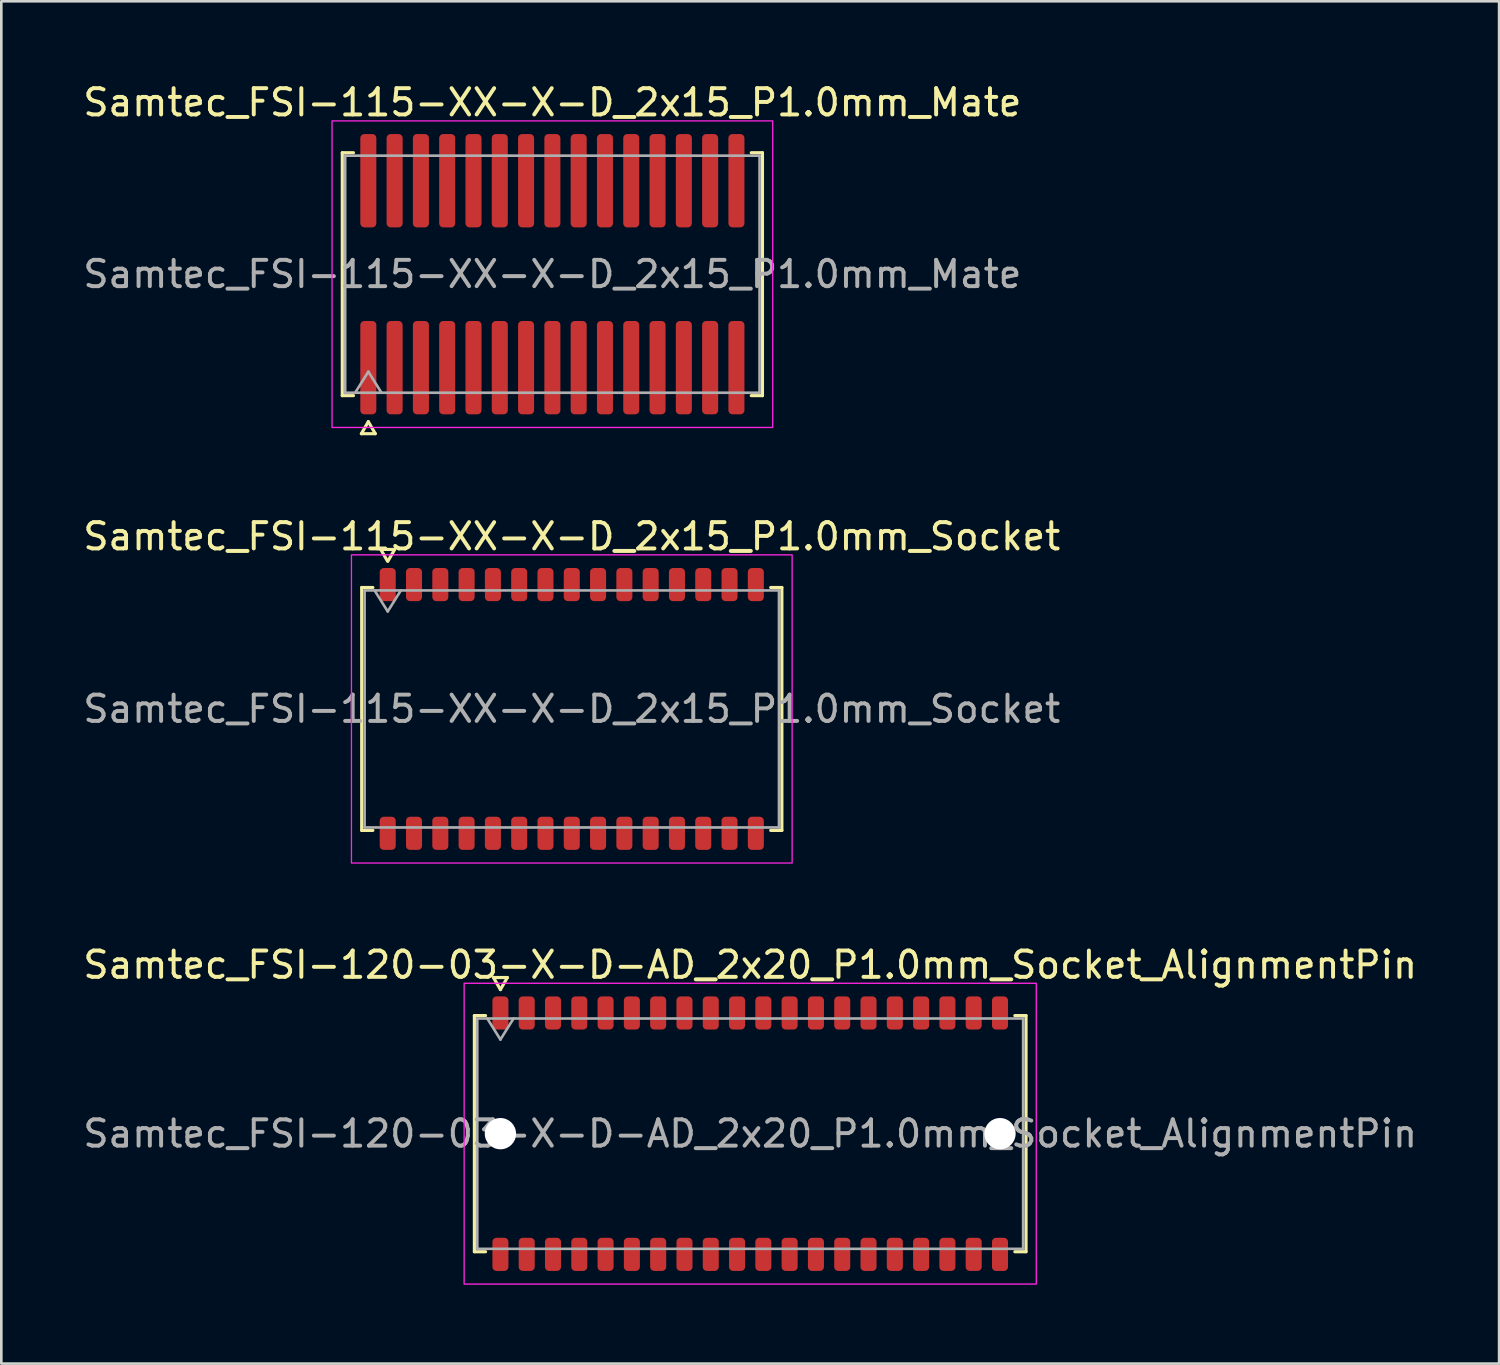
<source format=kicad_pcb>
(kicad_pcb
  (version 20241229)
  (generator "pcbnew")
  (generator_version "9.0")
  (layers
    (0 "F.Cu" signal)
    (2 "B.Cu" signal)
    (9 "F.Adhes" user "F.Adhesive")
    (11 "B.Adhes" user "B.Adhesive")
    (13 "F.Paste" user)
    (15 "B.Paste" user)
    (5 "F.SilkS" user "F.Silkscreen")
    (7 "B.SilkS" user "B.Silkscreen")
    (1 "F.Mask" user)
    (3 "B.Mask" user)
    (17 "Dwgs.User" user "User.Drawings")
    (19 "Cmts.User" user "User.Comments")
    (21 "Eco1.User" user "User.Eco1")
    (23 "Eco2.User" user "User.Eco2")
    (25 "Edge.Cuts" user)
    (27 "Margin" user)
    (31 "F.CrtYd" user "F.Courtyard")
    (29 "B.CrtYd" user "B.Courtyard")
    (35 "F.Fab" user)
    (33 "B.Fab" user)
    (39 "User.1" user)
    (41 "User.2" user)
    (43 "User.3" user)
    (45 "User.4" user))
  (footprint "Samtec_FSI-115-XX-X-D_2x15_P1.0mm_Socket"
    (layer "F.Cu")
    (at 18.696 23.913)
    (property "Reference" "Samtec_FSI-115-XX-X-D_2x15_P1.0mm_Socket" (at 0 -6.56 0) (layer "F.SilkS") (effects (font (size 1 1) (thickness 0.15))))
    (attr smd)
    (fp_line (start -7.99 -4.619) (end -7.565 -4.619) (stroke (width 0.12) (type solid)) (layer "F.SilkS"))
    (fp_line (start -7.99 4.619) (end -7.99 -4.619) (stroke (width 0.12) (type solid)) (layer "F.SilkS"))
    (fp_line (start -7.565 4.619) (end -7.99 4.619) (stroke (width 0.12) (type solid)) (layer "F.SilkS"))
    (fp_line (start -7.264 -6.066) (end -7.007 -5.62) (stroke (width 0.12) (type solid)) (layer "F.SilkS"))
    (fp_line (start -6.993 -5.62) (end -6.736 -6.066) (stroke (width 0.12) (type solid)) (layer "F.SilkS"))
    (fp_line (start -6.736 -6.066) (end -7.264 -6.066) (stroke (width 0.12) (type solid)) (layer "F.SilkS"))
    (fp_line (start 7.565 -4.619) (end 7.99 -4.619) (stroke (width 0.12) (type solid)) (layer "F.SilkS"))
    (fp_line (start 7.99 -4.619) (end 7.99 4.619) (stroke (width 0.12) (type solid)) (layer "F.SilkS"))
    (fp_line (start 7.99 4.619) (end 7.565 4.619) (stroke (width 0.12) (type solid)) (layer "F.SilkS"))
    (fp_rect (start -8.38 -5.86) (end 8.38 5.86) (stroke (width 0.05) (type solid)) (fill no) (layer "F.CrtYd"))
    (fp_line (start -7.88 -4.508) (end 7.88 -4.508) (stroke (width 0.1) (type solid)) (layer "F.Fab"))
    (fp_line (start -7.88 4.508) (end -7.88 -4.508) (stroke (width 0.1) (type solid)) (layer "F.Fab"))
    (fp_line (start -7.5 -4.508) (end -7 -3.708) (stroke (width 0.1) (type solid)) (layer "F.Fab"))
    (fp_line (start -7 -3.708) (end -6.5 -4.508) (stroke (width 0.1) (type solid)) (layer "F.Fab"))
    (fp_line (start 7.88 -4.508) (end 7.88 4.508) (stroke (width 0.1) (type solid)) (layer "F.Fab"))
    (fp_line (start 7.88 4.508) (end -7.88 4.508) (stroke (width 0.1) (type solid)) (layer "F.Fab"))
    (fp_text user "${REFERENCE}" (at 0 0 0) (layer "F.Fab") (effects (font (size 1 1) (thickness 0.15))))
    (pad "1" smd roundrect (at -7 -4.73) (size 0.61 1.26) (layers "F.Cu" "F.Mask" "F.Paste") (roundrect_rratio 0.25))
    (pad "2" smd roundrect (at -7 4.73) (size 0.61 1.26) (layers "F.Cu" "F.Mask" "F.Paste") (roundrect_rratio 0.25))
    (pad "3" smd roundrect (at -6 -4.73) (size 0.61 1.26) (layers "F.Cu" "F.Mask" "F.Paste") (roundrect_rratio 0.25))
    (pad "4" smd roundrect (at -6 4.73) (size 0.61 1.26) (layers "F.Cu" "F.Mask" "F.Paste") (roundrect_rratio 0.25))
    (pad "5" smd roundrect (at -5 -4.73) (size 0.61 1.26) (layers "F.Cu" "F.Mask" "F.Paste") (roundrect_rratio 0.25))
    (pad "6" smd roundrect (at -5 4.73) (size 0.61 1.26) (layers "F.Cu" "F.Mask" "F.Paste") (roundrect_rratio 0.25))
    (pad "7" smd roundrect (at -4 -4.73) (size 0.61 1.26) (layers "F.Cu" "F.Mask" "F.Paste") (roundrect_rratio 0.25))
    (pad "8" smd roundrect (at -4 4.73) (size 0.61 1.26) (layers "F.Cu" "F.Mask" "F.Paste") (roundrect_rratio 0.25))
    (pad "9" smd roundrect (at -3 -4.73) (size 0.61 1.26) (layers "F.Cu" "F.Mask" "F.Paste") (roundrect_rratio 0.25))
    (pad "10" smd roundrect (at -3 4.73) (size 0.61 1.26) (layers "F.Cu" "F.Mask" "F.Paste") (roundrect_rratio 0.25))
    (pad "11" smd roundrect (at -2 -4.73) (size 0.61 1.26) (layers "F.Cu" "F.Mask" "F.Paste") (roundrect_rratio 0.25))
    (pad "12" smd roundrect (at -2 4.73) (size 0.61 1.26) (layers "F.Cu" "F.Mask" "F.Paste") (roundrect_rratio 0.25))
    (pad "13" smd roundrect (at -1 -4.73) (size 0.61 1.26) (layers "F.Cu" "F.Mask" "F.Paste") (roundrect_rratio 0.25))
    (pad "14" smd roundrect (at -1 4.73) (size 0.61 1.26) (layers "F.Cu" "F.Mask" "F.Paste") (roundrect_rratio 0.25))
    (pad "15" smd roundrect (at 0 -4.73) (size 0.61 1.26) (layers "F.Cu" "F.Mask" "F.Paste") (roundrect_rratio 0.25))
    (pad "16" smd roundrect (at 0 4.73) (size 0.61 1.26) (layers "F.Cu" "F.Mask" "F.Paste") (roundrect_rratio 0.25))
    (pad "17" smd roundrect (at 1 -4.73) (size 0.61 1.26) (layers "F.Cu" "F.Mask" "F.Paste") (roundrect_rratio 0.25))
    (pad "18" smd roundrect (at 1 4.73) (size 0.61 1.26) (layers "F.Cu" "F.Mask" "F.Paste") (roundrect_rratio 0.25))
    (pad "19" smd roundrect (at 2 -4.73) (size 0.61 1.26) (layers "F.Cu" "F.Mask" "F.Paste") (roundrect_rratio 0.25))
    (pad "20" smd roundrect (at 2 4.73) (size 0.61 1.26) (layers "F.Cu" "F.Mask" "F.Paste") (roundrect_rratio 0.25))
    (pad "21" smd roundrect (at 3 -4.73) (size 0.61 1.26) (layers "F.Cu" "F.Mask" "F.Paste") (roundrect_rratio 0.25))
    (pad "22" smd roundrect (at 3 4.73) (size 0.61 1.26) (layers "F.Cu" "F.Mask" "F.Paste") (roundrect_rratio 0.25))
    (pad "23" smd roundrect (at 4 -4.73) (size 0.61 1.26) (layers "F.Cu" "F.Mask" "F.Paste") (roundrect_rratio 0.25))
    (pad "24" smd roundrect (at 4 4.73) (size 0.61 1.26) (layers "F.Cu" "F.Mask" "F.Paste") (roundrect_rratio 0.25))
    (pad "25" smd roundrect (at 5 -4.73) (size 0.61 1.26) (layers "F.Cu" "F.Mask" "F.Paste") (roundrect_rratio 0.25))
    (pad "26" smd roundrect (at 5 4.73) (size 0.61 1.26) (layers "F.Cu" "F.Mask" "F.Paste") (roundrect_rratio 0.25))
    (pad "27" smd roundrect (at 6 -4.73) (size 0.61 1.26) (layers "F.Cu" "F.Mask" "F.Paste") (roundrect_rratio 0.25))
    (pad "28" smd roundrect (at 6 4.73) (size 0.61 1.26) (layers "F.Cu" "F.Mask" "F.Paste") (roundrect_rratio 0.25))
    (pad "29" smd roundrect (at 7 -4.73) (size 0.61 1.26) (layers "F.Cu" "F.Mask" "F.Paste") (roundrect_rratio 0.25))
    (pad "30" smd roundrect (at 7 4.73) (size 0.61 1.26) (layers "F.Cu" "F.Mask" "F.Paste") (roundrect_rratio 0.25)))
  (footprint "Samtec_FSI-120-03-X-D-AD_2x20_P1.0mm_Socket_AlignmentPin"
    (layer "F.Cu")
    (at 25.482 40.066)
    (property "Reference" "Samtec_FSI-120-03-X-D-AD_2x20_P1.0mm_Socket_AlignmentPin" (at 0 -6.42 0) (layer "F.SilkS") (effects (font (size 1 1) (thickness 0.15))))
    (attr smd)
    (fp_line (start -10.49 -4.49) (end -10.065 -4.49) (stroke (width 0.12) (type solid)) (layer "F.SilkS"))
    (fp_line (start -10.49 4.49) (end -10.49 -4.49) (stroke (width 0.12) (type solid)) (layer "F.SilkS"))
    (fp_line (start -10.065 4.49) (end -10.49 4.49) (stroke (width 0.12) (type solid)) (layer "F.SilkS"))
    (fp_line (start -9.764 -5.938) (end -9.5 -5.48) (stroke (width 0.12) (type solid)) (layer "F.SilkS"))
    (fp_line (start -9.5 -5.48) (end -9.236 -5.938) (stroke (width 0.12) (type solid)) (layer "F.SilkS"))
    (fp_line (start -9.236 -5.938) (end -9.764 -5.938) (stroke (width 0.12) (type solid)) (layer "F.SilkS"))
    (fp_line (start 10.065 -4.49) (end 10.49 -4.49) (stroke (width 0.12) (type solid)) (layer "F.SilkS"))
    (fp_line (start 10.49 -4.49) (end 10.49 4.49) (stroke (width 0.12) (type solid)) (layer "F.SilkS"))
    (fp_line (start 10.49 4.49) (end 10.065 4.49) (stroke (width 0.12) (type solid)) (layer "F.SilkS"))
    (fp_rect (start -10.88 -5.72) (end 10.88 5.72) (stroke (width 0.05) (type solid)) (fill no) (layer "F.CrtYd"))
    (fp_line (start -10.38 -4.38) (end 10.38 -4.38) (stroke (width 0.1) (type solid)) (layer "F.Fab"))
    (fp_line (start -10.38 4.38) (end -10.38 -4.38) (stroke (width 0.1) (type solid)) (layer "F.Fab"))
    (fp_line (start -10 -4.38) (end -9.5 -3.58) (stroke (width 0.1) (type solid)) (layer "F.Fab"))
    (fp_line (start -9.5 -3.58) (end -9 -4.38) (stroke (width 0.1) (type solid)) (layer "F.Fab"))
    (fp_line (start 10.38 -4.38) (end 10.38 4.38) (stroke (width 0.1) (type solid)) (layer "F.Fab"))
    (fp_line (start 10.38 4.38) (end -10.38 4.38) (stroke (width 0.1) (type solid)) (layer "F.Fab"))
    (fp_text user "${REFERENCE}" (at 0 0 0) (layer "F.Fab") (effects (font (size 1 1) (thickness 0.15))))
    (pad "" np_thru_hole circle (at -9.5 0) (size 1.19 1.19) (drill 1.19) (layers "*.Cu" "*.Mask"))
    (pad "" np_thru_hole circle (at 9.5 0) (size 1.19 1.19) (drill 1.19) (layers "*.Cu" "*.Mask"))
    (pad "1" smd roundrect (at -9.5 -4.59) (size 0.61 1.26) (layers "F.Cu" "F.Mask" "F.Paste") (roundrect_rratio 0.25))
    (pad "2" smd roundrect (at -9.5 4.59) (size 0.61 1.26) (layers "F.Cu" "F.Mask" "F.Paste") (roundrect_rratio 0.25))
    (pad "3" smd roundrect (at -8.5 -4.59) (size 0.61 1.26) (layers "F.Cu" "F.Mask" "F.Paste") (roundrect_rratio 0.25))
    (pad "4" smd roundrect (at -8.5 4.59) (size 0.61 1.26) (layers "F.Cu" "F.Mask" "F.Paste") (roundrect_rratio 0.25))
    (pad "5" smd roundrect (at -7.5 -4.59) (size 0.61 1.26) (layers "F.Cu" "F.Mask" "F.Paste") (roundrect_rratio 0.25))
    (pad "6" smd roundrect (at -7.5 4.59) (size 0.61 1.26) (layers "F.Cu" "F.Mask" "F.Paste") (roundrect_rratio 0.25))
    (pad "7" smd roundrect (at -6.5 -4.59) (size 0.61 1.26) (layers "F.Cu" "F.Mask" "F.Paste") (roundrect_rratio 0.25))
    (pad "8" smd roundrect (at -6.5 4.59) (size 0.61 1.26) (layers "F.Cu" "F.Mask" "F.Paste") (roundrect_rratio 0.25))
    (pad "9" smd roundrect (at -5.5 -4.59) (size 0.61 1.26) (layers "F.Cu" "F.Mask" "F.Paste") (roundrect_rratio 0.25))
    (pad "10" smd roundrect (at -5.5 4.59) (size 0.61 1.26) (layers "F.Cu" "F.Mask" "F.Paste") (roundrect_rratio 0.25))
    (pad "11" smd roundrect (at -4.5 -4.59) (size 0.61 1.26) (layers "F.Cu" "F.Mask" "F.Paste") (roundrect_rratio 0.25))
    (pad "12" smd roundrect (at -4.5 4.59) (size 0.61 1.26) (layers "F.Cu" "F.Mask" "F.Paste") (roundrect_rratio 0.25))
    (pad "13" smd roundrect (at -3.5 -4.59) (size 0.61 1.26) (layers "F.Cu" "F.Mask" "F.Paste") (roundrect_rratio 0.25))
    (pad "14" smd roundrect (at -3.5 4.59) (size 0.61 1.26) (layers "F.Cu" "F.Mask" "F.Paste") (roundrect_rratio 0.25))
    (pad "15" smd roundrect (at -2.5 -4.59) (size 0.61 1.26) (layers "F.Cu" "F.Mask" "F.Paste") (roundrect_rratio 0.25))
    (pad "16" smd roundrect (at -2.5 4.59) (size 0.61 1.26) (layers "F.Cu" "F.Mask" "F.Paste") (roundrect_rratio 0.25))
    (pad "17" smd roundrect (at -1.5 -4.59) (size 0.61 1.26) (layers "F.Cu" "F.Mask" "F.Paste") (roundrect_rratio 0.25))
    (pad "18" smd roundrect (at -1.5 4.59) (size 0.61 1.26) (layers "F.Cu" "F.Mask" "F.Paste") (roundrect_rratio 0.25))
    (pad "19" smd roundrect (at -0.5 -4.59) (size 0.61 1.26) (layers "F.Cu" "F.Mask" "F.Paste") (roundrect_rratio 0.25))
    (pad "20" smd roundrect (at -0.5 4.59) (size 0.61 1.26) (layers "F.Cu" "F.Mask" "F.Paste") (roundrect_rratio 0.25))
    (pad "21" smd roundrect (at 0.5 -4.59) (size 0.61 1.26) (layers "F.Cu" "F.Mask" "F.Paste") (roundrect_rratio 0.25))
    (pad "22" smd roundrect (at 0.5 4.59) (size 0.61 1.26) (layers "F.Cu" "F.Mask" "F.Paste") (roundrect_rratio 0.25))
    (pad "23" smd roundrect (at 1.5 -4.59) (size 0.61 1.26) (layers "F.Cu" "F.Mask" "F.Paste") (roundrect_rratio 0.25))
    (pad "24" smd roundrect (at 1.5 4.59) (size 0.61 1.26) (layers "F.Cu" "F.Mask" "F.Paste") (roundrect_rratio 0.25))
    (pad "25" smd roundrect (at 2.5 -4.59) (size 0.61 1.26) (layers "F.Cu" "F.Mask" "F.Paste") (roundrect_rratio 0.25))
    (pad "26" smd roundrect (at 2.5 4.59) (size 0.61 1.26) (layers "F.Cu" "F.Mask" "F.Paste") (roundrect_rratio 0.25))
    (pad "27" smd roundrect (at 3.5 -4.59) (size 0.61 1.26) (layers "F.Cu" "F.Mask" "F.Paste") (roundrect_rratio 0.25))
    (pad "28" smd roundrect (at 3.5 4.59) (size 0.61 1.26) (layers "F.Cu" "F.Mask" "F.Paste") (roundrect_rratio 0.25))
    (pad "29" smd roundrect (at 4.5 -4.59) (size 0.61 1.26) (layers "F.Cu" "F.Mask" "F.Paste") (roundrect_rratio 0.25))
    (pad "30" smd roundrect (at 4.5 4.59) (size 0.61 1.26) (layers "F.Cu" "F.Mask" "F.Paste") (roundrect_rratio 0.25))
    (pad "31" smd roundrect (at 5.5 -4.59) (size 0.61 1.26) (layers "F.Cu" "F.Mask" "F.Paste") (roundrect_rratio 0.25))
    (pad "32" smd roundrect (at 5.5 4.59) (size 0.61 1.26) (layers "F.Cu" "F.Mask" "F.Paste") (roundrect_rratio 0.25))
    (pad "33" smd roundrect (at 6.5 -4.59) (size 0.61 1.26) (layers "F.Cu" "F.Mask" "F.Paste") (roundrect_rratio 0.25))
    (pad "34" smd roundrect (at 6.5 4.59) (size 0.61 1.26) (layers "F.Cu" "F.Mask" "F.Paste") (roundrect_rratio 0.25))
    (pad "35" smd roundrect (at 7.5 -4.59) (size 0.61 1.26) (layers "F.Cu" "F.Mask" "F.Paste") (roundrect_rratio 0.25))
    (pad "36" smd roundrect (at 7.5 4.59) (size 0.61 1.26) (layers "F.Cu" "F.Mask" "F.Paste") (roundrect_rratio 0.25))
    (pad "37" smd roundrect (at 8.5 -4.59) (size 0.61 1.26) (layers "F.Cu" "F.Mask" "F.Paste") (roundrect_rratio 0.25))
    (pad "38" smd roundrect (at 8.5 4.59) (size 0.61 1.26) (layers "F.Cu" "F.Mask" "F.Paste") (roundrect_rratio 0.25))
    (pad "39" smd roundrect (at 9.5 -4.59) (size 0.61 1.26) (layers "F.Cu" "F.Mask" "F.Paste") (roundrect_rratio 0.25))
    (pad "40" smd roundrect (at 9.5 4.59) (size 0.61 1.26) (layers "F.Cu" "F.Mask" "F.Paste") (roundrect_rratio 0.25)))
  (footprint "Samtec_FSI-115-XX-X-D_2x15_P1.0mm_Mate"
    (layer "F.Cu")
    (at 17.958 7.378)
    (property "Reference" "Samtec_FSI-115-XX-X-D_2x15_P1.0mm_Mate" (at 0 -6.53 0) (layer "F.SilkS") (effects (font (size 1 1) (thickness 0.15))))
    (attr exclude_from_pos_files exclude_from_bom)
    (fp_line (start -7.99 -4.619) (end -7.565 -4.619) (stroke (width 0.12) (type solid)) (layer "F.SilkS"))
    (fp_line (start -7.99 4.619) (end -7.99 -4.619) (stroke (width 0.12) (type solid)) (layer "F.SilkS"))
    (fp_line (start -7.565 4.619) (end -7.99 4.619) (stroke (width 0.12) (type solid)) (layer "F.SilkS"))
    (fp_line (start -7.264 6.066) (end -7 5.609) (stroke (width 0.12) (type solid)) (layer "F.SilkS"))
    (fp_line (start -7 5.609) (end -6.736 6.066) (stroke (width 0.12) (type solid)) (layer "F.SilkS"))
    (fp_line (start -6.736 6.066) (end -7.264 6.066) (stroke (width 0.12) (type solid)) (layer "F.SilkS"))
    (fp_line (start 7.565 -4.619) (end 7.99 -4.619) (stroke (width 0.12) (type solid)) (layer "F.SilkS"))
    (fp_line (start 7.99 -4.619) (end 7.99 4.619) (stroke (width 0.12) (type solid)) (layer "F.SilkS"))
    (fp_line (start 7.99 4.619) (end 7.565 4.619) (stroke (width 0.12) (type solid)) (layer "F.SilkS"))
    (fp_rect (start -8.38 -5.83) (end 8.38 5.83) (stroke (width 0.05) (type solid)) (fill no) (layer "F.CrtYd"))
    (fp_line (start -7.88 -4.508) (end 7.88 -4.508) (stroke (width 0.1) (type solid)) (layer "F.Fab"))
    (fp_line (start -7.88 4.508) (end -7.88 -4.508) (stroke (width 0.1) (type solid)) (layer "F.Fab"))
    (fp_line (start -7.5 4.508) (end -7 3.708) (stroke (width 0.1) (type solid)) (layer "F.Fab"))
    (fp_line (start -7 3.708) (end -6.5 4.508) (stroke (width 0.1) (type solid)) (layer "F.Fab"))
    (fp_line (start 7.88 -4.508) (end 7.88 4.508) (stroke (width 0.1) (type solid)) (layer "F.Fab"))
    (fp_line (start 7.88 4.508) (end -7.88 4.508) (stroke (width 0.1) (type solid)) (layer "F.Fab"))
    (fp_text user "${REFERENCE}" (at 0 0 0) (layer "F.Fab") (effects (font (size 1 1) (thickness 0.15))))
    (pad "1" smd roundrect (at -7 3.555) (size 0.61 3.55) (layers "F.Cu" "F.Mask") (roundrect_rratio 0.25))
    (pad "2" smd roundrect (at -7 -3.555) (size 0.61 3.55) (layers "F.Cu" "F.Mask") (roundrect_rratio 0.25))
    (pad "3" smd roundrect (at -6 3.555) (size 0.61 3.55) (layers "F.Cu" "F.Mask") (roundrect_rratio 0.25))
    (pad "4" smd roundrect (at -6 -3.555) (size 0.61 3.55) (layers "F.Cu" "F.Mask") (roundrect_rratio 0.25))
    (pad "5" smd roundrect (at -5 3.555) (size 0.61 3.55) (layers "F.Cu" "F.Mask") (roundrect_rratio 0.25))
    (pad "6" smd roundrect (at -5 -3.555) (size 0.61 3.55) (layers "F.Cu" "F.Mask") (roundrect_rratio 0.25))
    (pad "7" smd roundrect (at -4 3.555) (size 0.61 3.55) (layers "F.Cu" "F.Mask") (roundrect_rratio 0.25))
    (pad "8" smd roundrect (at -4 -3.555) (size 0.61 3.55) (layers "F.Cu" "F.Mask") (roundrect_rratio 0.25))
    (pad "9" smd roundrect (at -3 3.555) (size 0.61 3.55) (layers "F.Cu" "F.Mask") (roundrect_rratio 0.25))
    (pad "10" smd roundrect (at -3 -3.555) (size 0.61 3.55) (layers "F.Cu" "F.Mask") (roundrect_rratio 0.25))
    (pad "11" smd roundrect (at -2 3.555) (size 0.61 3.55) (layers "F.Cu" "F.Mask") (roundrect_rratio 0.25))
    (pad "12" smd roundrect (at -2 -3.555) (size 0.61 3.55) (layers "F.Cu" "F.Mask") (roundrect_rratio 0.25))
    (pad "13" smd roundrect (at -1 3.555) (size 0.61 3.55) (layers "F.Cu" "F.Mask") (roundrect_rratio 0.25))
    (pad "14" smd roundrect (at -1 -3.555) (size 0.61 3.55) (layers "F.Cu" "F.Mask") (roundrect_rratio 0.25))
    (pad "15" smd roundrect (at 0 3.555) (size 0.61 3.55) (layers "F.Cu" "F.Mask") (roundrect_rratio 0.25))
    (pad "16" smd roundrect (at 0 -3.555) (size 0.61 3.55) (layers "F.Cu" "F.Mask") (roundrect_rratio 0.25))
    (pad "17" smd roundrect (at 1 3.555) (size 0.61 3.55) (layers "F.Cu" "F.Mask") (roundrect_rratio 0.25))
    (pad "18" smd roundrect (at 1 -3.555) (size 0.61 3.55) (layers "F.Cu" "F.Mask") (roundrect_rratio 0.25))
    (pad "19" smd roundrect (at 2 3.555) (size 0.61 3.55) (layers "F.Cu" "F.Mask") (roundrect_rratio 0.25))
    (pad "20" smd roundrect (at 2 -3.555) (size 0.61 3.55) (layers "F.Cu" "F.Mask") (roundrect_rratio 0.25))
    (pad "21" smd roundrect (at 3 3.555) (size 0.61 3.55) (layers "F.Cu" "F.Mask") (roundrect_rratio 0.25))
    (pad "22" smd roundrect (at 3 -3.555) (size 0.61 3.55) (layers "F.Cu" "F.Mask") (roundrect_rratio 0.25))
    (pad "23" smd roundrect (at 4 3.555) (size 0.61 3.55) (layers "F.Cu" "F.Mask") (roundrect_rratio 0.25))
    (pad "24" smd roundrect (at 4 -3.555) (size 0.61 3.55) (layers "F.Cu" "F.Mask") (roundrect_rratio 0.25))
    (pad "25" smd roundrect (at 5 3.555) (size 0.61 3.55) (layers "F.Cu" "F.Mask") (roundrect_rratio 0.25))
    (pad "26" smd roundrect (at 5 -3.555) (size 0.61 3.55) (layers "F.Cu" "F.Mask") (roundrect_rratio 0.25))
    (pad "27" smd roundrect (at 6 3.555) (size 0.61 3.55) (layers "F.Cu" "F.Mask") (roundrect_rratio 0.25))
    (pad "28" smd roundrect (at 6 -3.555) (size 0.61 3.55) (layers "F.Cu" "F.Mask") (roundrect_rratio 0.25))
    (pad "29" smd roundrect (at 7 3.555) (size 0.61 3.55) (layers "F.Cu" "F.Mask") (roundrect_rratio 0.25))
    (pad "30" smd roundrect (at 7 -3.555) (size 0.61 3.55) (layers "F.Cu" "F.Mask") (roundrect_rratio 0.25)))
  (gr_rect
    (start -3 -3)
    (end 53.964 48.811)
    (stroke (width 0.1) (type default))
    (fill no)
    (layer "Edge.Cuts")))
</source>
